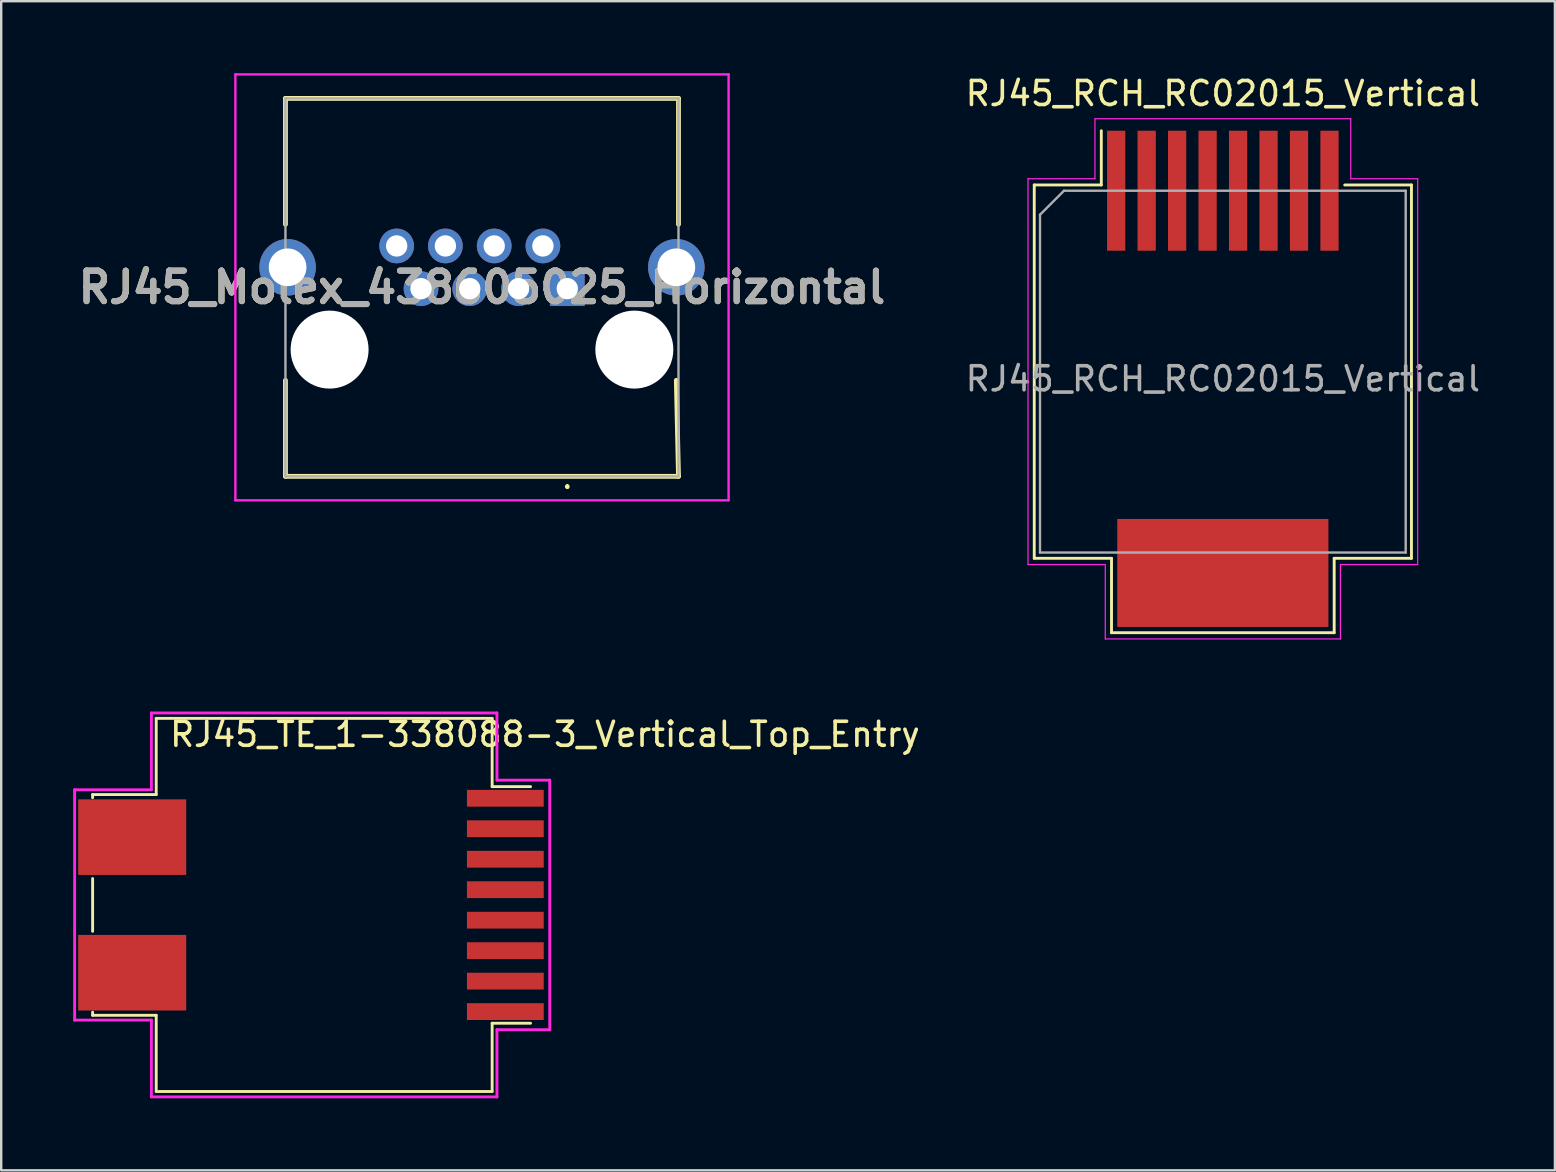
<source format=kicad_pcb>
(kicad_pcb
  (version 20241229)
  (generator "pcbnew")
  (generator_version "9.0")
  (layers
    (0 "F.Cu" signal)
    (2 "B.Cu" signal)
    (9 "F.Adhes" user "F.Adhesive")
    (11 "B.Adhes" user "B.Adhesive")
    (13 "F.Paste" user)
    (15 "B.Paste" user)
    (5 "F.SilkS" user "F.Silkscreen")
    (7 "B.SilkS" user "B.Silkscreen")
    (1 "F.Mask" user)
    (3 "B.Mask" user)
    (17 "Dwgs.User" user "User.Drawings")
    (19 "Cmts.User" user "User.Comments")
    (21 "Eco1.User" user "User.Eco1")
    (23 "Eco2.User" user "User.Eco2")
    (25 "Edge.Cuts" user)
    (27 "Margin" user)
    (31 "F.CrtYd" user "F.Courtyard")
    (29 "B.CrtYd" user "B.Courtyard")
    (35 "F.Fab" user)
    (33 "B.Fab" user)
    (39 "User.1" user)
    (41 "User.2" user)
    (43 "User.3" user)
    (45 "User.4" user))
  (footprint "RJ45_TE_1-338088-3_Vertical_Top_Entry"
    (layer "F.Cu")
    (at 10.46 34.663)
    (property "Reference" "RJ45_TE_1-338088-3_Vertical_Top_Entry" (at 9.2 -7.11 0) (layer "F.SilkS") (effects (font (size 1 1) (thickness 0.15))))
    (attr smd)
    (fp_line (start -9.65 -4.6) (end -9.65 -4.47) (stroke (width 0.12) (type default)) (layer "F.SilkS"))
    (fp_line (start -9.65 -1.1) (end -9.65 1.1) (stroke (width 0.12) (type default)) (layer "F.SilkS"))
    (fp_line (start -9.65 4.6) (end -9.65 4.47) (stroke (width 0.12) (type default)) (layer "F.SilkS"))
    (fp_line (start -7 -7.775) (end 7 -7.775) (stroke (width 0.12) (type default)) (layer "F.SilkS"))
    (fp_line (start -7 -4.6) (end -9.65 -4.6) (stroke (width 0.12) (type default)) (layer "F.SilkS"))
    (fp_line (start -7 -4.6) (end -7 -7.775) (stroke (width 0.12) (type default)) (layer "F.SilkS"))
    (fp_line (start -7 4.6) (end -9.65 4.6) (stroke (width 0.12) (type default)) (layer "F.SilkS"))
    (fp_line (start -7 7.775) (end -7 4.6) (stroke (width 0.12) (type default)) (layer "F.SilkS"))
    (fp_line (start 7 -7.775) (end 7 -4.93) (stroke (width 0.12) (type default)) (layer "F.SilkS"))
    (fp_line (start 7 -4.93) (end 8.6 -4.93) (stroke (width 0.12) (type default)) (layer "F.SilkS"))
    (fp_line (start 7 4.93) (end 7 7.775) (stroke (width 0.12) (type default)) (layer "F.SilkS"))
    (fp_line (start 7 4.93) (end 8.6 4.93) (stroke (width 0.12) (type default)) (layer "F.SilkS"))
    (fp_line (start 7 7.775) (end -7 7.775) (stroke (width 0.12) (type default)) (layer "F.SilkS"))
    (fp_line (start -10.4 -4.8) (end -7.2 -4.8) (stroke (width 0.12) (type default)) (layer "F.CrtYd"))
    (fp_line (start -10.4 4.8) (end -10.4 -4.8) (stroke (width 0.12) (type default)) (layer "F.CrtYd"))
    (fp_line (start -7.2 -8) (end 7.2 -8) (stroke (width 0.12) (type default)) (layer "F.CrtYd"))
    (fp_line (start -7.2 -4.8) (end -7.2 -8) (stroke (width 0.12) (type default)) (layer "F.CrtYd"))
    (fp_line (start -7.2 4.8) (end -10.4 4.8) (stroke (width 0.12) (type default)) (layer "F.CrtYd"))
    (fp_line (start -7.2 8) (end -7.2 4.8) (stroke (width 0.12) (type default)) (layer "F.CrtYd"))
    (fp_line (start 7.2 -8) (end 7.2 -5.2) (stroke (width 0.12) (type default)) (layer "F.CrtYd"))
    (fp_line (start 7.2 -5.2) (end 9.4 -5.2) (stroke (width 0.12) (type default)) (layer "F.CrtYd"))
    (fp_line (start 7.2 5.2) (end 7.2 8) (stroke (width 0.12) (type default)) (layer "F.CrtYd"))
    (fp_line (start 7.2 8) (end -7.2 8) (stroke (width 0.12) (type default)) (layer "F.CrtYd"))
    (fp_line (start 9.4 -5.2) (end 9.4 5.2) (stroke (width 0.12) (type default)) (layer "F.CrtYd"))
    (fp_line (start 9.4 5.2) (end 7.2 5.2) (stroke (width 0.12) (type default)) (layer "F.CrtYd"))
    (pad "1" smd rect (at 7.55 -4.445) (size 3.2 0.7) (layers "F.Cu" "F.Mask" "F.Paste"))
    (pad "2" smd rect (at 7.55 -3.175) (size 3.2 0.7) (layers "F.Cu" "F.Mask" "F.Paste"))
    (pad "3" smd rect (at 7.55 -1.905) (size 3.2 0.7) (layers "F.Cu" "F.Mask" "F.Paste"))
    (pad "4" smd rect (at 7.55 -0.635) (size 3.2 0.7) (layers "F.Cu" "F.Mask" "F.Paste"))
    (pad "5" smd rect (at 7.55 0.635) (size 3.2 0.7) (layers "F.Cu" "F.Mask" "F.Paste"))
    (pad "6" smd rect (at 7.55 1.905) (size 3.2 0.7) (layers "F.Cu" "F.Mask" "F.Paste"))
    (pad "7" smd rect (at 7.55 3.175) (size 3.2 0.7) (layers "F.Cu" "F.Mask" "F.Paste"))
    (pad "8" smd rect (at 7.55 4.445) (size 3.2 0.7) (layers "F.Cu" "F.Mask" "F.Paste"))
    (pad "SH" smd rect (at -8 -2.825) (size 4.5 3.15) (layers "F.Cu" "F.Mask" "F.Paste"))
    (pad "SH" smd rect (at -8 2.825) (size 4.5 3.15) (layers "F.Cu" "F.Mask" "F.Paste")))
  (footprint "RJ45_RCH_RC02015_Vertical"
    (layer "F.Cu")
    (at 47.912 12.738)
    (property "Reference" "RJ45_RCH_RC02015_Vertical" (at 0 -11.89 0) (layer "F.SilkS") (effects (font (size 1 1) (thickness 0.15))))
    (attr smd)
    (fp_line (start -7.86 -8.08) (end -7.86 7.48) (stroke (width 0.12) (type solid)) (layer "F.SilkS"))
    (fp_line (start -7.86 -8.08) (end -5.065 -8.08) (stroke (width 0.12) (type solid)) (layer "F.SilkS"))
    (fp_line (start -7.86 7.48) (end -4.64 7.48) (stroke (width 0.12) (type solid)) (layer "F.SilkS"))
    (fp_line (start -5.065 -8.08) (end -5.065 -10.34) (stroke (width 0.12) (type solid)) (layer "F.SilkS"))
    (fp_line (start -4.64 7.48) (end -4.64 10.58) (stroke (width 0.12) (type solid)) (layer "F.SilkS"))
    (fp_line (start -4.64 10.58) (end 4.64 10.58) (stroke (width 0.12) (type solid)) (layer "F.SilkS"))
    (fp_line (start 4.64 7.48) (end 7.86 7.48) (stroke (width 0.12) (type solid)) (layer "F.SilkS"))
    (fp_line (start 4.64 10.58) (end 4.64 7.48) (stroke (width 0.12) (type solid)) (layer "F.SilkS"))
    (fp_line (start 7.86 -8.08) (end 5.08 -8.08) (stroke (width 0.12) (type solid)) (layer "F.SilkS"))
    (fp_line (start 7.86 7.48) (end 7.86 -8.08) (stroke (width 0.12) (type solid)) (layer "F.SilkS"))
    (fp_line (start -8.12 -8.34) (end -5.33 -8.34) (stroke (width 0.05) (type solid)) (layer "F.CrtYd"))
    (fp_line (start -8.12 7.74) (end -8.12 -8.34) (stroke (width 0.05) (type solid)) (layer "F.CrtYd"))
    (fp_line (start -8.12 7.74) (end -4.9 7.74) (stroke (width 0.05) (type solid)) (layer "F.CrtYd"))
    (fp_line (start -5.33 -10.84) (end 5.33 -10.84) (stroke (width 0.05) (type solid)) (layer "F.CrtYd"))
    (fp_line (start -5.33 -8.34) (end -5.33 -10.84) (stroke (width 0.05) (type solid)) (layer "F.CrtYd"))
    (fp_line (start -4.9 7.74) (end -4.9 10.84) (stroke (width 0.05) (type solid)) (layer "F.CrtYd"))
    (fp_line (start -4.9 10.84) (end 4.9 10.84) (stroke (width 0.05) (type solid)) (layer "F.CrtYd"))
    (fp_line (start 4.9 7.74) (end 4.9 10.84) (stroke (width 0.05) (type solid)) (layer "F.CrtYd"))
    (fp_line (start 4.9 7.74) (end 8.12 7.74) (stroke (width 0.05) (type solid)) (layer "F.CrtYd"))
    (fp_line (start 5.33 -10.84) (end 5.33 -8.34) (stroke (width 0.05) (type solid)) (layer "F.CrtYd"))
    (fp_line (start 5.33 -8.34) (end 8.12 -8.34) (stroke (width 0.05) (type solid)) (layer "F.CrtYd"))
    (fp_line (start 8.12 7.74) (end 8.12 -8.34) (stroke (width 0.05) (type solid)) (layer "F.CrtYd"))
    (fp_line (start -7.62 -6.84) (end -6.62 -7.84) (stroke (width 0.1) (type solid)) (layer "F.Fab"))
    (fp_line (start -7.62 7.24) (end -7.62 -6.84) (stroke (width 0.1) (type solid)) (layer "F.Fab"))
    (fp_line (start -6.62 -7.84) (end 7.62 -7.84) (stroke (width 0.1) (type solid)) (layer "F.Fab"))
    (fp_line (start 7.62 7.24) (end -7.62 7.24) (stroke (width 0.1) (type solid)) (layer "F.Fab"))
    (fp_line (start 7.62 7.24) (end 7.62 -7.84) (stroke (width 0.1) (type solid)) (layer "F.Fab"))
    (fp_text user "${REFERENCE}" (at 0 0 0) (layer "F.Fab") (effects (font (size 1 1) (thickness 0.15))))
    (pad "1" smd rect (at -4.445 -7.84 180) (size 0.76 5) (layers "F.Cu" "F.Mask" "F.Paste"))
    (pad "2" smd rect (at -3.175 -7.84 180) (size 0.76 5) (layers "F.Cu" "F.Mask" "F.Paste"))
    (pad "3" smd rect (at -1.905 -7.84 180) (size 0.76 5) (layers "F.Cu" "F.Mask" "F.Paste"))
    (pad "4" smd rect (at -0.635 -7.84 180) (size 0.76 5) (layers "F.Cu" "F.Mask" "F.Paste"))
    (pad "5" smd rect (at 0.635 -7.84 180) (size 0.76 5) (layers "F.Cu" "F.Mask" "F.Paste"))
    (pad "6" smd rect (at 1.905 -7.84 180) (size 0.76 5) (layers "F.Cu" "F.Mask" "F.Paste"))
    (pad "7" smd rect (at 3.175 -7.84 180) (size 0.76 5) (layers "F.Cu" "F.Mask" "F.Paste"))
    (pad "8" smd rect (at 4.445 -7.84 180) (size 0.76 5) (layers "F.Cu" "F.Mask" "F.Paste"))
    (pad "L" smd rect (at 0 8.09 180) (size 8.8 4.5) (layers "F.Cu" "F.Mask" "F.Paste")))
  (footprint "RJ45_Molex_438605025_Horizontal"
    (layer "F.Cu")
    (at 20.591 8.98)
    (property "Reference" "RJ45_Molex_438605025_Horizontal" (at -3.555 -0.055 0) (layer "F.SilkS") (effects (font (size 1.27 1.27) (thickness 0.254))))
    (attr through_hole)
    (fp_line (start -11.745 -7.93) (end 4.635 -7.93) (stroke (width 0.2) (type solid)) (layer "F.SilkS"))
    (fp_line (start -11.745 -2.68) (end -11.745 -7.93) (stroke (width 0.2) (type solid)) (layer "F.SilkS"))
    (fp_line (start -11.745 3.82) (end -11.745 7.82) (stroke (width 0.2) (type solid)) (layer "F.SilkS"))
    (fp_line (start -11.745 7.82) (end 4.635 7.82) (stroke (width 0.2) (type solid)) (layer "F.SilkS"))
    (fp_line (start 0 8.2) (end 0 8.2) (stroke (width 0.1) (type solid)) (layer "F.SilkS"))
    (fp_line (start 0 8.3) (end 0 8.3) (stroke (width 0.1) (type solid)) (layer "F.SilkS"))
    (fp_line (start 4.635 -7.93) (end 4.635 -2.68) (stroke (width 0.2) (type solid)) (layer "F.SilkS"))
    (fp_line (start 4.635 7.82) (end 4.545 3.82) (stroke (width 0.2) (type solid)) (layer "F.SilkS"))
    (fp_arc (start 0 8.2) (mid 0.05 8.25) (end 0 8.3) (stroke (width 0.1) (type solid)) (layer "F.SilkS"))
    (fp_arc (start 0 8.3) (mid -0.05 8.25) (end 0 8.2) (stroke (width 0.1) (type solid)) (layer "F.SilkS"))
    (fp_line (start -13.832 -8.93) (end 6.723 -8.93) (stroke (width 0.1) (type solid)) (layer "F.CrtYd"))
    (fp_line (start -13.832 8.82) (end -13.832 -8.93) (stroke (width 0.1) (type solid)) (layer "F.CrtYd"))
    (fp_line (start 6.723 -8.93) (end 6.723 8.82) (stroke (width 0.1) (type solid)) (layer "F.CrtYd"))
    (fp_line (start 6.723 8.82) (end -13.832 8.82) (stroke (width 0.1) (type solid)) (layer "F.CrtYd"))
    (fp_line (start -11.745 -7.93) (end 4.635 -7.93) (stroke (width 0.1) (type solid)) (layer "F.Fab"))
    (fp_line (start -11.745 7.82) (end -11.745 -7.93) (stroke (width 0.1) (type solid)) (layer "F.Fab"))
    (fp_line (start 4.635 -7.93) (end 4.635 7.82) (stroke (width 0.1) (type solid)) (layer "F.Fab"))
    (fp_line (start 4.635 7.82) (end -11.745 7.82) (stroke (width 0.1) (type solid)) (layer "F.Fab"))
    (fp_text user "${REFERENCE}" (at -3.555 -0.055 0) (layer "F.Fab") (effects (font (size 1.27 1.27) (thickness 0.254))))
    (pad "" np_thru_hole circle (at -9.905 2.54) (size 3.25 3.25) (drill 3.25) (layers "*.Cu" "*.Mask"))
    (pad "" np_thru_hole circle (at 2.795 2.54) (size 3.25 3.25) (drill 3.25) (layers "*.Cu" "*.Mask"))
    (pad "1" thru_hole rect (at 0 0) (size 1.446 1.446) (drill 0.89) (layers "*.Cu" "*.Mask"))
    (pad "2" thru_hole circle (at -1.015 -1.78) (size 1.446 1.446) (drill 0.89) (layers "*.Cu" "*.Mask"))
    (pad "3" thru_hole circle (at -2.03 0) (size 1.446 1.446) (drill 0.89) (layers "*.Cu" "*.Mask"))
    (pad "4" thru_hole circle (at -3.045 -1.78) (size 1.446 1.446) (drill 0.89) (layers "*.Cu" "*.Mask"))
    (pad "5" thru_hole circle (at -4.065 0) (size 1.446 1.446) (drill 0.89) (layers "*.Cu" "*.Mask"))
    (pad "6" thru_hole circle (at -5.08 -1.78) (size 1.446 1.446) (drill 0.89) (layers "*.Cu" "*.Mask"))
    (pad "7" thru_hole circle (at -6.095 0) (size 1.446 1.446) (drill 0.89) (layers "*.Cu" "*.Mask"))
    (pad "8" thru_hole circle (at -7.11 -1.78) (size 1.446 1.446) (drill 0.89) (layers "*.Cu" "*.Mask"))
    (pad "SH" thru_hole circle (at -11.655 -0.89) (size 2.355 2.355) (drill 1.57) (layers "*.Cu" "*.Mask"))
    (pad "SH" thru_hole circle (at 4.545 -0.89) (size 2.355 2.355) (drill 1.57) (layers "*.Cu" "*.Mask")))
  (gr_rect
    (start -3 -3)
    (end 61.751 45.723)
    (stroke (width 0.1) (type default))
    (fill no)
    (layer "Edge.Cuts")))
</source>
